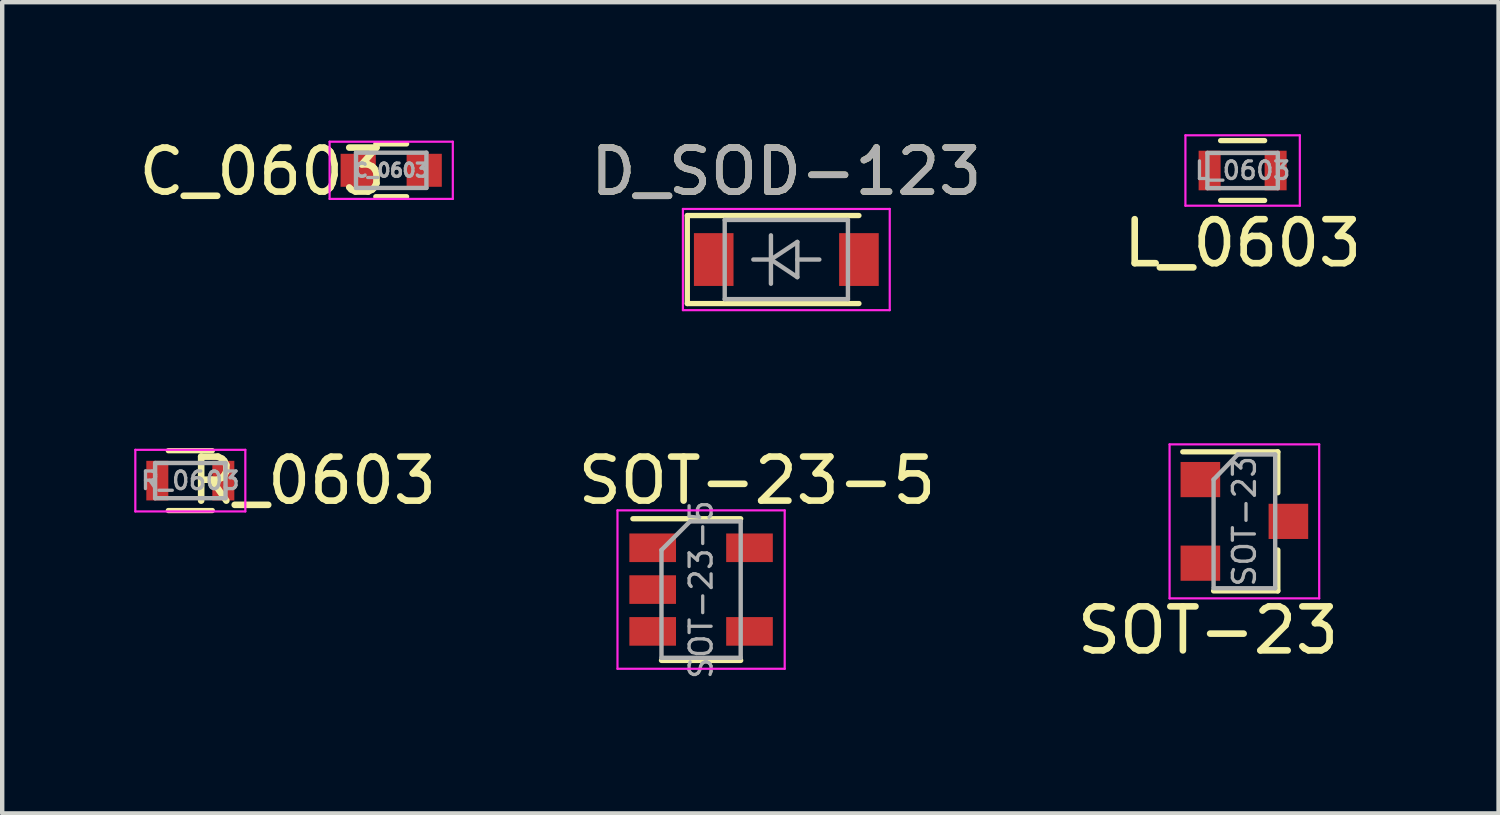
<source format=kicad_pcb>
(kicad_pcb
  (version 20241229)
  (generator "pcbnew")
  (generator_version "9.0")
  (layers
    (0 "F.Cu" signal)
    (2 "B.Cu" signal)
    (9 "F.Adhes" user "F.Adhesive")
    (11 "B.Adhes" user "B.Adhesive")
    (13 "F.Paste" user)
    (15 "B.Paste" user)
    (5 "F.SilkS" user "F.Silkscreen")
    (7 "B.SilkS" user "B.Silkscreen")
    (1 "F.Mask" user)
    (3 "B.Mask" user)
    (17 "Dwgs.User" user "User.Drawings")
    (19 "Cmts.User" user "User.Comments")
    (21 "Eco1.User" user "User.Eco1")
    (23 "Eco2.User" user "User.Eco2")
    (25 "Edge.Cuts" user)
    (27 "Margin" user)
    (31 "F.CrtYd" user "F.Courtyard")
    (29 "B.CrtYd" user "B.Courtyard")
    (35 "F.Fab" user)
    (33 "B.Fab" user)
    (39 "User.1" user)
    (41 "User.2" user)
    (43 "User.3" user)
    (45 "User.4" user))
  (footprint "SOT-23-5"
    (layer "F.Cu")
    (at 12.882 10.348)
    (property "Reference" "SOT-23-5" (at 1.27 -2.477 0) (layer "F.SilkS") (effects (font (size 1 1) (thickness 0.15))))
    (attr smd)
    (fp_line (start -0.9 1.61) (end 0.9 1.61) (stroke (width 0.12) (type solid)) (layer "F.SilkS"))
    (fp_line (start 0.9 -1.61) (end -1.55 -1.61) (stroke (width 0.12) (type solid)) (layer "F.SilkS"))
    (fp_line (start -1.9 -1.8) (end 1.9 -1.8) (stroke (width 0.05) (type solid)) (layer "F.CrtYd"))
    (fp_line (start -1.9 1.8) (end -1.9 -1.8) (stroke (width 0.05) (type solid)) (layer "F.CrtYd"))
    (fp_line (start 1.9 -1.8) (end 1.9 1.8) (stroke (width 0.05) (type solid)) (layer "F.CrtYd"))
    (fp_line (start 1.9 1.8) (end -1.9 1.8) (stroke (width 0.05) (type solid)) (layer "F.CrtYd"))
    (fp_line (start -0.9 -0.9) (end -0.9 1.55) (stroke (width 0.1) (type solid)) (layer "F.Fab"))
    (fp_line (start -0.9 -0.9) (end -0.25 -1.55) (stroke (width 0.1) (type solid)) (layer "F.Fab"))
    (fp_line (start 0.9 -1.55) (end -0.25 -1.55) (stroke (width 0.1) (type solid)) (layer "F.Fab"))
    (fp_line (start 0.9 -1.55) (end 0.9 1.55) (stroke (width 0.1) (type solid)) (layer "F.Fab"))
    (fp_line (start 0.9 1.55) (end -0.9 1.55) (stroke (width 0.1) (type solid)) (layer "F.Fab"))
    (fp_text user "${REFERENCE}" (at 0 0 90) (layer "F.Fab") (effects (font (size 0.5 0.5) (thickness 0.075))))
    (pad "1" smd rect (at -1.1 -0.95) (size 1.06 0.65) (layers "F.Cu" "F.Mask" "F.Paste"))
    (pad "2" smd rect (at -1.1 0) (size 1.06 0.65) (layers "F.Cu" "F.Mask" "F.Paste"))
    (pad "3" smd rect (at -1.1 0.95) (size 1.06 0.65) (layers "F.Cu" "F.Mask" "F.Paste"))
    (pad "4" smd rect (at 1.1 0.95) (size 1.06 0.65) (layers "F.Cu" "F.Mask" "F.Paste"))
    (pad "5" smd rect (at 1.1 -0.95) (size 1.06 0.65) (layers "F.Cu" "F.Mask" "F.Paste")))
  (footprint "D_SOD-123"
    (layer "F.Cu")
    (at 14.819 2.848)
    (property "Reference" "D_SOD-123" (at 0 -2 0) (layer "F.SilkS") (effects (font (size 1 1) (thickness 0.15))))
    (attr smd)
    (fp_line (start -2.25 -1) (end -2.25 1) (stroke (width 0.12) (type solid)) (layer "F.SilkS"))
    (fp_line (start -2.25 -1) (end 1.65 -1) (stroke (width 0.12) (type solid)) (layer "F.SilkS"))
    (fp_line (start -2.25 1) (end 1.65 1) (stroke (width 0.12) (type solid)) (layer "F.SilkS"))
    (fp_line (start -2.35 -1.15) (end -2.35 1.15) (stroke (width 0.05) (type solid)) (layer "F.CrtYd"))
    (fp_line (start -2.35 -1.15) (end 2.35 -1.15) (stroke (width 0.05) (type solid)) (layer "F.CrtYd"))
    (fp_line (start 2.35 -1.15) (end 2.35 1.15) (stroke (width 0.05) (type solid)) (layer "F.CrtYd"))
    (fp_line (start 2.35 1.15) (end -2.35 1.15) (stroke (width 0.05) (type solid)) (layer "F.CrtYd"))
    (fp_line (start -1.4 -0.9) (end 1.4 -0.9) (stroke (width 0.1) (type solid)) (layer "F.Fab"))
    (fp_line (start -1.4 0.9) (end -1.4 -0.9) (stroke (width 0.1) (type solid)) (layer "F.Fab"))
    (fp_line (start -0.75 0) (end -0.35 0) (stroke (width 0.1) (type solid)) (layer "F.Fab"))
    (fp_line (start -0.35 0) (end -0.35 -0.55) (stroke (width 0.1) (type solid)) (layer "F.Fab"))
    (fp_line (start -0.35 0) (end -0.35 0.55) (stroke (width 0.1) (type solid)) (layer "F.Fab"))
    (fp_line (start -0.35 0) (end 0.25 -0.4) (stroke (width 0.1) (type solid)) (layer "F.Fab"))
    (fp_line (start 0.25 -0.4) (end 0.25 0.4) (stroke (width 0.1) (type solid)) (layer "F.Fab"))
    (fp_line (start 0.25 0) (end 0.75 0) (stroke (width 0.1) (type solid)) (layer "F.Fab"))
    (fp_line (start 0.25 0.4) (end -0.35 0) (stroke (width 0.1) (type solid)) (layer "F.Fab"))
    (fp_line (start 1.4 -0.9) (end 1.4 0.9) (stroke (width 0.1) (type solid)) (layer "F.Fab"))
    (fp_line (start 1.4 0.9) (end -1.4 0.9) (stroke (width 0.1) (type solid)) (layer "F.Fab"))
    (fp_text user "${REFERENCE}" (at 0 -2 0) (layer "F.Fab") (effects (font (size 1 1) (thickness 0.15))))
    (pad "1" smd rect (at -1.65 0) (size 0.9 1.2) (layers "F.Cu" "F.Mask" "F.Paste"))
    (pad "2" smd rect (at 1.65 0) (size 0.9 1.2) (layers "F.Cu" "F.Mask" "F.Paste")))
  (footprint "L_0603"
    (layer "F.Cu")
    (at 25.188 0.825)
    (property "Reference" "L_0603" (at 0 1.651 0) (layer "F.SilkS") (effects (font (size 1 1) (thickness 0.15))))
    (attr smd)
    (fp_line (start -0.5 -0.68) (end 0.5 -0.68) (stroke (width 0.12) (type solid)) (layer "F.SilkS"))
    (fp_line (start 0.5 0.68) (end -0.5 0.68) (stroke (width 0.12) (type solid)) (layer "F.SilkS"))
    (fp_line (start -1.3 -0.8) (end -1.3 0.8) (stroke (width 0.05) (type solid)) (layer "F.CrtYd"))
    (fp_line (start -1.3 -0.8) (end 1.3 -0.8) (stroke (width 0.05) (type solid)) (layer "F.CrtYd"))
    (fp_line (start -1.3 0.8) (end 1.3 0.8) (stroke (width 0.05) (type solid)) (layer "F.CrtYd"))
    (fp_line (start 1.3 -0.8) (end 1.3 0.8) (stroke (width 0.05) (type solid)) (layer "F.CrtYd"))
    (fp_line (start -0.8 -0.4) (end 0.8 -0.4) (stroke (width 0.1) (type solid)) (layer "F.Fab"))
    (fp_line (start -0.8 0.4) (end -0.8 -0.4) (stroke (width 0.1) (type solid)) (layer "F.Fab"))
    (fp_line (start 0.8 -0.4) (end 0.8 0.4) (stroke (width 0.1) (type solid)) (layer "F.Fab"))
    (fp_line (start 0.8 0.4) (end -0.8 0.4) (stroke (width 0.1) (type solid)) (layer "F.Fab"))
    (fp_text user "${REFERENCE}" (at 0 0 0) (layer "F.Fab") (effects (font (size 0.4 0.4) (thickness 0.075))))
    (pad "1" smd rect (at -0.75 0) (size 0.5 0.9) (layers "F.Cu" "F.Mask" "F.Paste"))
    (pad "2" smd rect (at 0.75 0) (size 0.5 0.9) (layers "F.Cu" "F.Mask" "F.Paste")))
  (footprint "R_0603"
    (layer "F.Cu")
    (at 1.275 7.872)
    (property "Reference" "R_0603" (at 2.794 0 0) (layer "F.SilkS") (effects (font (size 1 1) (thickness 0.15))))
    (attr smd)
    (fp_line (start -0.5 -0.68) (end 0.5 -0.68) (stroke (width 0.12) (type solid)) (layer "F.SilkS"))
    (fp_line (start 0.5 0.68) (end -0.5 0.68) (stroke (width 0.12) (type solid)) (layer "F.SilkS"))
    (fp_line (start -1.25 -0.7) (end -1.25 0.7) (stroke (width 0.05) (type solid)) (layer "F.CrtYd"))
    (fp_line (start -1.25 -0.7) (end 1.25 -0.7) (stroke (width 0.05) (type solid)) (layer "F.CrtYd"))
    (fp_line (start 1.25 0.7) (end -1.25 0.7) (stroke (width 0.05) (type solid)) (layer "F.CrtYd"))
    (fp_line (start 1.25 0.7) (end 1.25 -0.7) (stroke (width 0.05) (type solid)) (layer "F.CrtYd"))
    (fp_line (start -0.8 -0.4) (end 0.8 -0.4) (stroke (width 0.1) (type solid)) (layer "F.Fab"))
    (fp_line (start -0.8 0.4) (end -0.8 -0.4) (stroke (width 0.1) (type solid)) (layer "F.Fab"))
    (fp_line (start 0.8 -0.4) (end 0.8 0.4) (stroke (width 0.1) (type solid)) (layer "F.Fab"))
    (fp_line (start 0.8 0.4) (end -0.8 0.4) (stroke (width 0.1) (type solid)) (layer "F.Fab"))
    (fp_text user "${REFERENCE}" (at 0 0 0) (layer "F.Fab") (effects (font (size 0.4 0.4) (thickness 0.075))))
    (pad "1" smd rect (at -0.75 0) (size 0.5 0.9) (layers "F.Cu" "F.Mask" "F.Paste"))
    (pad "2" smd rect (at 0.75 0) (size 0.5 0.9) (layers "F.Cu" "F.Mask" "F.Paste")))
  (footprint "C_0603"
    (layer "F.Cu")
    (at 5.84 0.82)
    (property "Reference" "C_0603" (at -2.93 0.029 0) (layer "F.SilkS") (effects (font (size 1 1) (thickness 0.15))))
    (attr smd)
    (fp_line (start -0.35 -0.6) (end 0.35 -0.6) (stroke (width 0.12) (type solid)) (layer "F.SilkS"))
    (fp_line (start 0.35 0.6) (end -0.35 0.6) (stroke (width 0.12) (type solid)) (layer "F.SilkS"))
    (fp_line (start -1.4 -0.65) (end -1.4 0.65) (stroke (width 0.05) (type solid)) (layer "F.CrtYd"))
    (fp_line (start -1.4 -0.65) (end 1.4 -0.65) (stroke (width 0.05) (type solid)) (layer "F.CrtYd"))
    (fp_line (start 1.4 0.65) (end -1.4 0.65) (stroke (width 0.05) (type solid)) (layer "F.CrtYd"))
    (fp_line (start 1.4 0.65) (end 1.4 -0.65) (stroke (width 0.05) (type solid)) (layer "F.CrtYd"))
    (fp_line (start -0.8 -0.4) (end 0.8 -0.4) (stroke (width 0.1) (type solid)) (layer "F.Fab"))
    (fp_line (start -0.8 0.4) (end -0.8 -0.4) (stroke (width 0.1) (type solid)) (layer "F.Fab"))
    (fp_line (start 0.8 -0.4) (end 0.8 0.4) (stroke (width 0.1) (type solid)) (layer "F.Fab"))
    (fp_line (start 0.8 0.4) (end -0.8 0.4) (stroke (width 0.1) (type solid)) (layer "F.Fab"))
    (fp_text user "${REFERENCE}" (at 0 0 0) (layer "F.Fab") (effects (font (size 0.3 0.3) (thickness 0.075))))
    (pad "1" smd rect (at -0.75 0) (size 0.8 0.75) (layers "F.Cu" "F.Mask" "F.Paste"))
    (pad "2" smd rect (at 0.75 0) (size 0.8 0.75) (layers "F.Cu" "F.Mask" "F.Paste")))
  (footprint "SOT-23"
    (layer "F.Cu")
    (at 25.228 8.798)
    (property "Reference" "SOT-23" (at -0.826 2.477 180) (layer "F.SilkS") (effects (font (size 1 1) (thickness 0.15))))
    (attr smd)
    (fp_line (start 0.76 -1.58) (end -1.4 -1.58) (stroke (width 0.12) (type solid)) (layer "F.SilkS"))
    (fp_line (start 0.76 -1.58) (end 0.76 -0.65) (stroke (width 0.12) (type solid)) (layer "F.SilkS"))
    (fp_line (start 0.76 1.58) (end -0.7 1.58) (stroke (width 0.12) (type solid)) (layer "F.SilkS"))
    (fp_line (start 0.76 1.58) (end 0.76 0.65) (stroke (width 0.12) (type solid)) (layer "F.SilkS"))
    (fp_line (start -1.7 -1.75) (end 1.7 -1.75) (stroke (width 0.05) (type solid)) (layer "F.CrtYd"))
    (fp_line (start -1.7 1.75) (end -1.7 -1.75) (stroke (width 0.05) (type solid)) (layer "F.CrtYd"))
    (fp_line (start 1.7 -1.75) (end 1.7 1.75) (stroke (width 0.05) (type solid)) (layer "F.CrtYd"))
    (fp_line (start 1.7 1.75) (end -1.7 1.75) (stroke (width 0.05) (type solid)) (layer "F.CrtYd"))
    (fp_line (start -0.7 -0.95) (end -0.7 1.5) (stroke (width 0.1) (type solid)) (layer "F.Fab"))
    (fp_line (start -0.7 -0.95) (end -0.15 -1.52) (stroke (width 0.1) (type solid)) (layer "F.Fab"))
    (fp_line (start -0.7 1.52) (end 0.7 1.52) (stroke (width 0.1) (type solid)) (layer "F.Fab"))
    (fp_line (start -0.15 -1.52) (end 0.7 -1.52) (stroke (width 0.1) (type solid)) (layer "F.Fab"))
    (fp_line (start 0.7 -1.52) (end 0.7 1.52) (stroke (width 0.1) (type solid)) (layer "F.Fab"))
    (fp_text user "${REFERENCE}" (at 0 0 90) (layer "F.Fab") (effects (font (size 0.5 0.5) (thickness 0.075))))
    (pad "1" smd rect (at -1 -0.95) (size 0.9 0.8) (layers "F.Cu" "F.Mask" "F.Paste"))
    (pad "2" smd rect (at -1 0.95) (size 0.9 0.8) (layers "F.Cu" "F.Mask" "F.Paste"))
    (pad "3" smd rect (at 1 0) (size 0.9 0.8) (layers "F.Cu" "F.Mask" "F.Paste")))
  (gr_rect
    (start -3 -3)
    (end 31.004 15.434)
    (stroke (width 0.1) (type default))
    (fill no)
    (layer "Edge.Cuts")))
</source>
